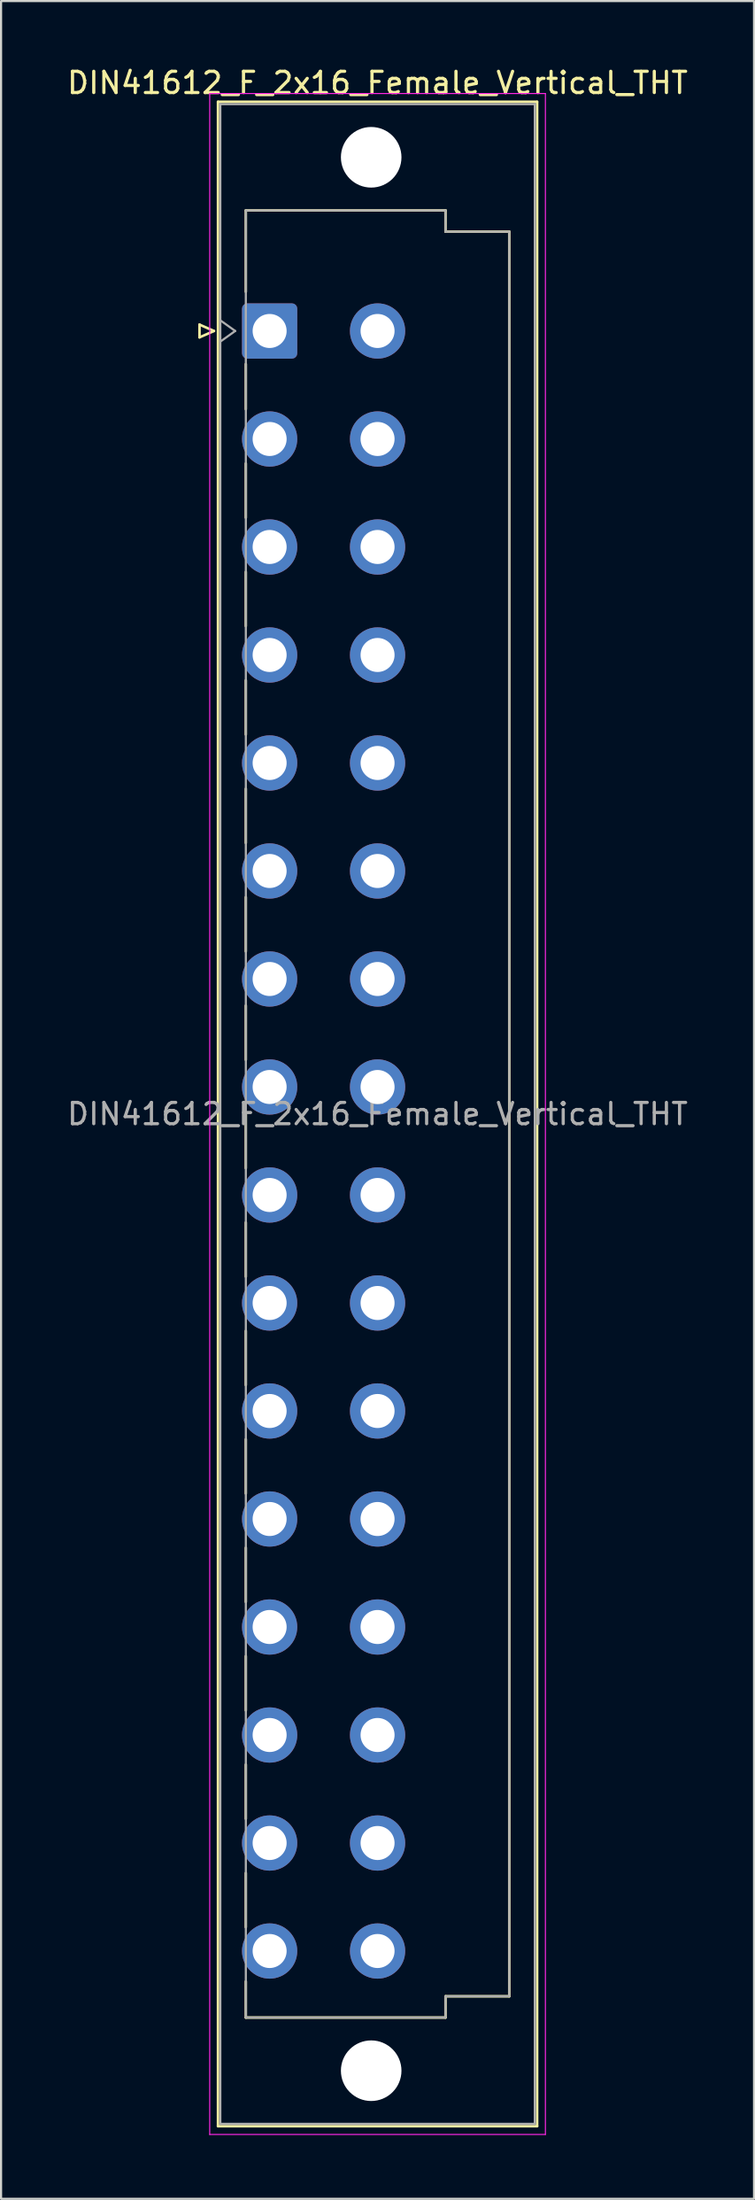
<source format=kicad_pcb>
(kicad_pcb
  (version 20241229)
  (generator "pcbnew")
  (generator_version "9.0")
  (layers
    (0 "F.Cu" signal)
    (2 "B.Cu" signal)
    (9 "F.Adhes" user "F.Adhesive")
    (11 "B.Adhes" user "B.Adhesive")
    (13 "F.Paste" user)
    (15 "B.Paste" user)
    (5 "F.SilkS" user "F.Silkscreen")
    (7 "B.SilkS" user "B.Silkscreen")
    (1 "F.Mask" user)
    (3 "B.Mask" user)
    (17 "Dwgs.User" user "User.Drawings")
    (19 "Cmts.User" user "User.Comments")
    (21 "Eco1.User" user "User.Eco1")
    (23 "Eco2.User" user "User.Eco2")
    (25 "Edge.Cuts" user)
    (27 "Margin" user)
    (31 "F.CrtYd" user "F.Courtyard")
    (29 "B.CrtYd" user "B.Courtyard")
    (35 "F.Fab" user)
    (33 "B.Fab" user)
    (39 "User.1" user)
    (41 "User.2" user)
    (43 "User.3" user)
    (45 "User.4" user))
  (footprint "DIN41612_F_2x16_Female_Vertical_THT"
    (layer "F.Cu")
    (at 12.18 9.978)
    (property "Reference" "DIN41612_F_2x16_Female_Vertical_THT" (at 2.54 -9.13 0) (layer "F.SilkS") (effects (font (size 1 1) (thickness 0.15))))
    (attr through_hole)
    (fp_line (start -5.84 2.24) (end -5.84 2.84) (stroke (width 0.12) (type solid)) (layer "F.SilkS"))
    (fp_line (start -5.84 2.84) (end -5.16 2.54) (stroke (width 0.12) (type solid)) (layer "F.SilkS"))
    (fp_line (start -5.16 2.54) (end -5.84 2.24) (stroke (width 0.12) (type solid)) (layer "F.SilkS"))
    (fp_line (start -4.97 -8.24) (end 10.05 -8.24) (stroke (width 0.12) (type solid)) (layer "F.SilkS"))
    (fp_line (start -4.97 86.98) (end -4.97 -8.24) (stroke (width 0.12) (type solid)) (layer "F.SilkS"))
    (fp_line (start -3.66 -3.131) (end 5.74 -3.131) (stroke (width 0.12) (type solid)) (layer "F.SilkS"))
    (fp_line (start -3.66 0.696) (end -3.66 -3.131) (stroke (width 0.12) (type solid)) (layer "F.SilkS"))
    (fp_line (start -3.66 6.221) (end -3.66 4.096) (stroke (width 0.12) (type solid)) (layer "F.SilkS"))
    (fp_line (start -3.66 11.321) (end -3.66 8.771) (stroke (width 0.12) (type solid)) (layer "F.SilkS"))
    (fp_line (start -3.66 16.421) (end -3.66 13.871) (stroke (width 0.12) (type solid)) (layer "F.SilkS"))
    (fp_line (start -3.66 21.521) (end -3.66 18.971) (stroke (width 0.12) (type solid)) (layer "F.SilkS"))
    (fp_line (start -3.66 26.621) (end -3.66 24.071) (stroke (width 0.12) (type solid)) (layer "F.SilkS"))
    (fp_line (start -3.66 31.721) (end -3.66 29.171) (stroke (width 0.12) (type solid)) (layer "F.SilkS"))
    (fp_line (start -3.66 36.821) (end -3.66 34.271) (stroke (width 0.12) (type solid)) (layer "F.SilkS"))
    (fp_line (start -3.66 41.921) (end -3.66 39.371) (stroke (width 0.12) (type solid)) (layer "F.SilkS"))
    (fp_line (start -3.66 47.021) (end -3.66 44.471) (stroke (width 0.12) (type solid)) (layer "F.SilkS"))
    (fp_line (start -3.66 52.121) (end -3.66 49.571) (stroke (width 0.12) (type solid)) (layer "F.SilkS"))
    (fp_line (start -3.66 57.221) (end -3.66 54.671) (stroke (width 0.12) (type solid)) (layer "F.SilkS"))
    (fp_line (start -3.66 62.321) (end -3.66 59.771) (stroke (width 0.12) (type solid)) (layer "F.SilkS"))
    (fp_line (start -3.66 67.421) (end -3.66 64.871) (stroke (width 0.12) (type solid)) (layer "F.SilkS"))
    (fp_line (start -3.66 72.521) (end -3.66 69.971) (stroke (width 0.12) (type solid)) (layer "F.SilkS"))
    (fp_line (start -3.66 77.621) (end -3.66 75.071) (stroke (width 0.12) (type solid)) (layer "F.SilkS"))
    (fp_line (start -3.66 81.87) (end -3.66 80.171) (stroke (width 0.12) (type solid)) (layer "F.SilkS"))
    (fp_line (start 5.74 -3.131) (end 5.74 -2.131) (stroke (width 0.12) (type solid)) (layer "F.SilkS"))
    (fp_line (start 5.74 -2.131) (end 8.74 -2.131) (stroke (width 0.12) (type solid)) (layer "F.SilkS"))
    (fp_line (start 5.74 80.87) (end 5.74 81.87) (stroke (width 0.12) (type solid)) (layer "F.SilkS"))
    (fp_line (start 5.74 81.87) (end -3.66 81.87) (stroke (width 0.12) (type solid)) (layer "F.SilkS"))
    (fp_line (start 8.74 -2.131) (end 8.74 80.87) (stroke (width 0.12) (type solid)) (layer "F.SilkS"))
    (fp_line (start 8.74 80.87) (end 5.74 80.87) (stroke (width 0.12) (type solid)) (layer "F.SilkS"))
    (fp_line (start 10.05 -8.24) (end 10.05 86.98) (stroke (width 0.12) (type solid)) (layer "F.SilkS"))
    (fp_line (start 10.05 86.98) (end -4.97 86.98) (stroke (width 0.12) (type solid)) (layer "F.SilkS"))
    (fp_line (start -5.36 -8.63) (end 10.44 -8.63) (stroke (width 0.05) (type solid)) (layer "F.CrtYd"))
    (fp_line (start -5.36 87.37) (end -5.36 -8.63) (stroke (width 0.05) (type solid)) (layer "F.CrtYd"))
    (fp_line (start 10.44 -8.63) (end 10.44 87.37) (stroke (width 0.05) (type solid)) (layer "F.CrtYd"))
    (fp_line (start 10.44 87.37) (end -5.36 87.37) (stroke (width 0.05) (type solid)) (layer "F.CrtYd"))
    (fp_line (start -4.86 -8.13) (end 9.94 -8.13) (stroke (width 0.1) (type solid)) (layer "F.Fab"))
    (fp_line (start -4.86 2.04) (end -4.16 2.54) (stroke (width 0.1) (type solid)) (layer "F.Fab"))
    (fp_line (start -4.86 86.87) (end -4.86 -8.13) (stroke (width 0.1) (type solid)) (layer "F.Fab"))
    (fp_line (start -4.16 2.54) (end -4.86 3.04) (stroke (width 0.1) (type solid)) (layer "F.Fab"))
    (fp_line (start -3.66 -3.13) (end 5.74 -3.13) (stroke (width 0.1) (type solid)) (layer "F.Fab"))
    (fp_line (start -3.66 81.87) (end -3.66 -3.13) (stroke (width 0.1) (type solid)) (layer "F.Fab"))
    (fp_line (start 5.74 -3.13) (end 5.74 -2.13) (stroke (width 0.1) (type solid)) (layer "F.Fab"))
    (fp_line (start 5.74 -2.13) (end 8.74 -2.13) (stroke (width 0.1) (type solid)) (layer "F.Fab"))
    (fp_line (start 5.74 80.87) (end 5.74 81.87) (stroke (width 0.1) (type solid)) (layer "F.Fab"))
    (fp_line (start 5.74 81.87) (end -3.66 81.87) (stroke (width 0.1) (type solid)) (layer "F.Fab"))
    (fp_line (start 8.74 -2.13) (end 8.74 80.87) (stroke (width 0.1) (type solid)) (layer "F.Fab"))
    (fp_line (start 8.74 80.87) (end 5.74 80.87) (stroke (width 0.1) (type solid)) (layer "F.Fab"))
    (fp_line (start 9.94 -8.13) (end 9.94 86.87) (stroke (width 0.1) (type solid)) (layer "F.Fab"))
    (fp_line (start 9.94 86.87) (end -4.86 86.87) (stroke (width 0.1) (type solid)) (layer "F.Fab"))
    (fp_text user "${REFERENCE}" (at 2.54 39.37 0) (layer "F.Fab") (effects (font (size 1 1) (thickness 0.15))))
    (pad "" np_thru_hole circle (at 2.24 -5.63) (size 2.85 2.85) (drill 2.85) (layers "*.Cu" "*.Mask"))
    (pad "" np_thru_hole circle (at 2.24 84.37) (size 2.85 2.85) (drill 2.85) (layers "*.Cu" "*.Mask"))
    (pad "b2" thru_hole circle (at 2.54 2.54) (size 2.6 2.6) (drill 1.6) (layers "*.Cu" "*.Mask"))
    (pad "b4" thru_hole circle (at 2.54 7.62) (size 2.6 2.6) (drill 1.6) (layers "*.Cu" "*.Mask"))
    (pad "b6" thru_hole circle (at 2.54 12.7) (size 2.6 2.6) (drill 1.6) (layers "*.Cu" "*.Mask"))
    (pad "b8" thru_hole circle (at 2.54 17.78) (size 2.6 2.6) (drill 1.6) (layers "*.Cu" "*.Mask"))
    (pad "b10" thru_hole circle (at 2.54 22.86) (size 2.6 2.6) (drill 1.6) (layers "*.Cu" "*.Mask"))
    (pad "b12" thru_hole circle (at 2.54 27.94) (size 2.6 2.6) (drill 1.6) (layers "*.Cu" "*.Mask"))
    (pad "b14" thru_hole circle (at 2.54 33.02) (size 2.6 2.6) (drill 1.6) (layers "*.Cu" "*.Mask"))
    (pad "b16" thru_hole circle (at 2.54 38.1) (size 2.6 2.6) (drill 1.6) (layers "*.Cu" "*.Mask"))
    (pad "b18" thru_hole circle (at 2.54 43.18) (size 2.6 2.6) (drill 1.6) (layers "*.Cu" "*.Mask"))
    (pad "b20" thru_hole circle (at 2.54 48.26) (size 2.6 2.6) (drill 1.6) (layers "*.Cu" "*.Mask"))
    (pad "b22" thru_hole circle (at 2.54 53.34) (size 2.6 2.6) (drill 1.6) (layers "*.Cu" "*.Mask"))
    (pad "b24" thru_hole circle (at 2.54 58.42) (size 2.6 2.6) (drill 1.6) (layers "*.Cu" "*.Mask"))
    (pad "b26" thru_hole circle (at 2.54 63.5) (size 2.6 2.6) (drill 1.6) (layers "*.Cu" "*.Mask"))
    (pad "b28" thru_hole circle (at 2.54 68.58) (size 2.6 2.6) (drill 1.6) (layers "*.Cu" "*.Mask"))
    (pad "b30" thru_hole circle (at 2.54 73.66) (size 2.6 2.6) (drill 1.6) (layers "*.Cu" "*.Mask"))
    (pad "b32" thru_hole circle (at 2.54 78.74) (size 2.6 2.6) (drill 1.6) (layers "*.Cu" "*.Mask"))
    (pad "z2" thru_hole roundrect (at -2.54 2.54) (size 2.6 2.6) (drill 1.6) (layers "*.Cu" "*.Mask") (roundrect_rratio 0.096))
    (pad "z4" thru_hole circle (at -2.54 7.62) (size 2.6 2.6) (drill 1.6) (layers "*.Cu" "*.Mask"))
    (pad "z6" thru_hole circle (at -2.54 12.7) (size 2.6 2.6) (drill 1.6) (layers "*.Cu" "*.Mask"))
    (pad "z8" thru_hole circle (at -2.54 17.78) (size 2.6 2.6) (drill 1.6) (layers "*.Cu" "*.Mask"))
    (pad "z10" thru_hole circle (at -2.54 22.86) (size 2.6 2.6) (drill 1.6) (layers "*.Cu" "*.Mask"))
    (pad "z12" thru_hole circle (at -2.54 27.94) (size 2.6 2.6) (drill 1.6) (layers "*.Cu" "*.Mask"))
    (pad "z14" thru_hole circle (at -2.54 33.02) (size 2.6 2.6) (drill 1.6) (layers "*.Cu" "*.Mask"))
    (pad "z16" thru_hole circle (at -2.54 38.1) (size 2.6 2.6) (drill 1.6) (layers "*.Cu" "*.Mask"))
    (pad "z18" thru_hole circle (at -2.54 43.18) (size 2.6 2.6) (drill 1.6) (layers "*.Cu" "*.Mask"))
    (pad "z20" thru_hole circle (at -2.54 48.26) (size 2.6 2.6) (drill 1.6) (layers "*.Cu" "*.Mask"))
    (pad "z22" thru_hole circle (at -2.54 53.34) (size 2.6 2.6) (drill 1.6) (layers "*.Cu" "*.Mask"))
    (pad "z24" thru_hole circle (at -2.54 58.42) (size 2.6 2.6) (drill 1.6) (layers "*.Cu" "*.Mask"))
    (pad "z26" thru_hole circle (at -2.54 63.5) (size 2.6 2.6) (drill 1.6) (layers "*.Cu" "*.Mask"))
    (pad "z28" thru_hole circle (at -2.54 68.58) (size 2.6 2.6) (drill 1.6) (layers "*.Cu" "*.Mask"))
    (pad "z30" thru_hole circle (at -2.54 73.66) (size 2.6 2.6) (drill 1.6) (layers "*.Cu" "*.Mask"))
    (pad "z32" thru_hole circle (at -2.54 78.74) (size 2.6 2.6) (drill 1.6) (layers "*.Cu" "*.Mask")))
  (gr_rect
    (start -3 -3)
    (end 32.44 100.373)
    (stroke (width 0.1) (type default))
    (fill no)
    (layer "Edge.Cuts")))
</source>
